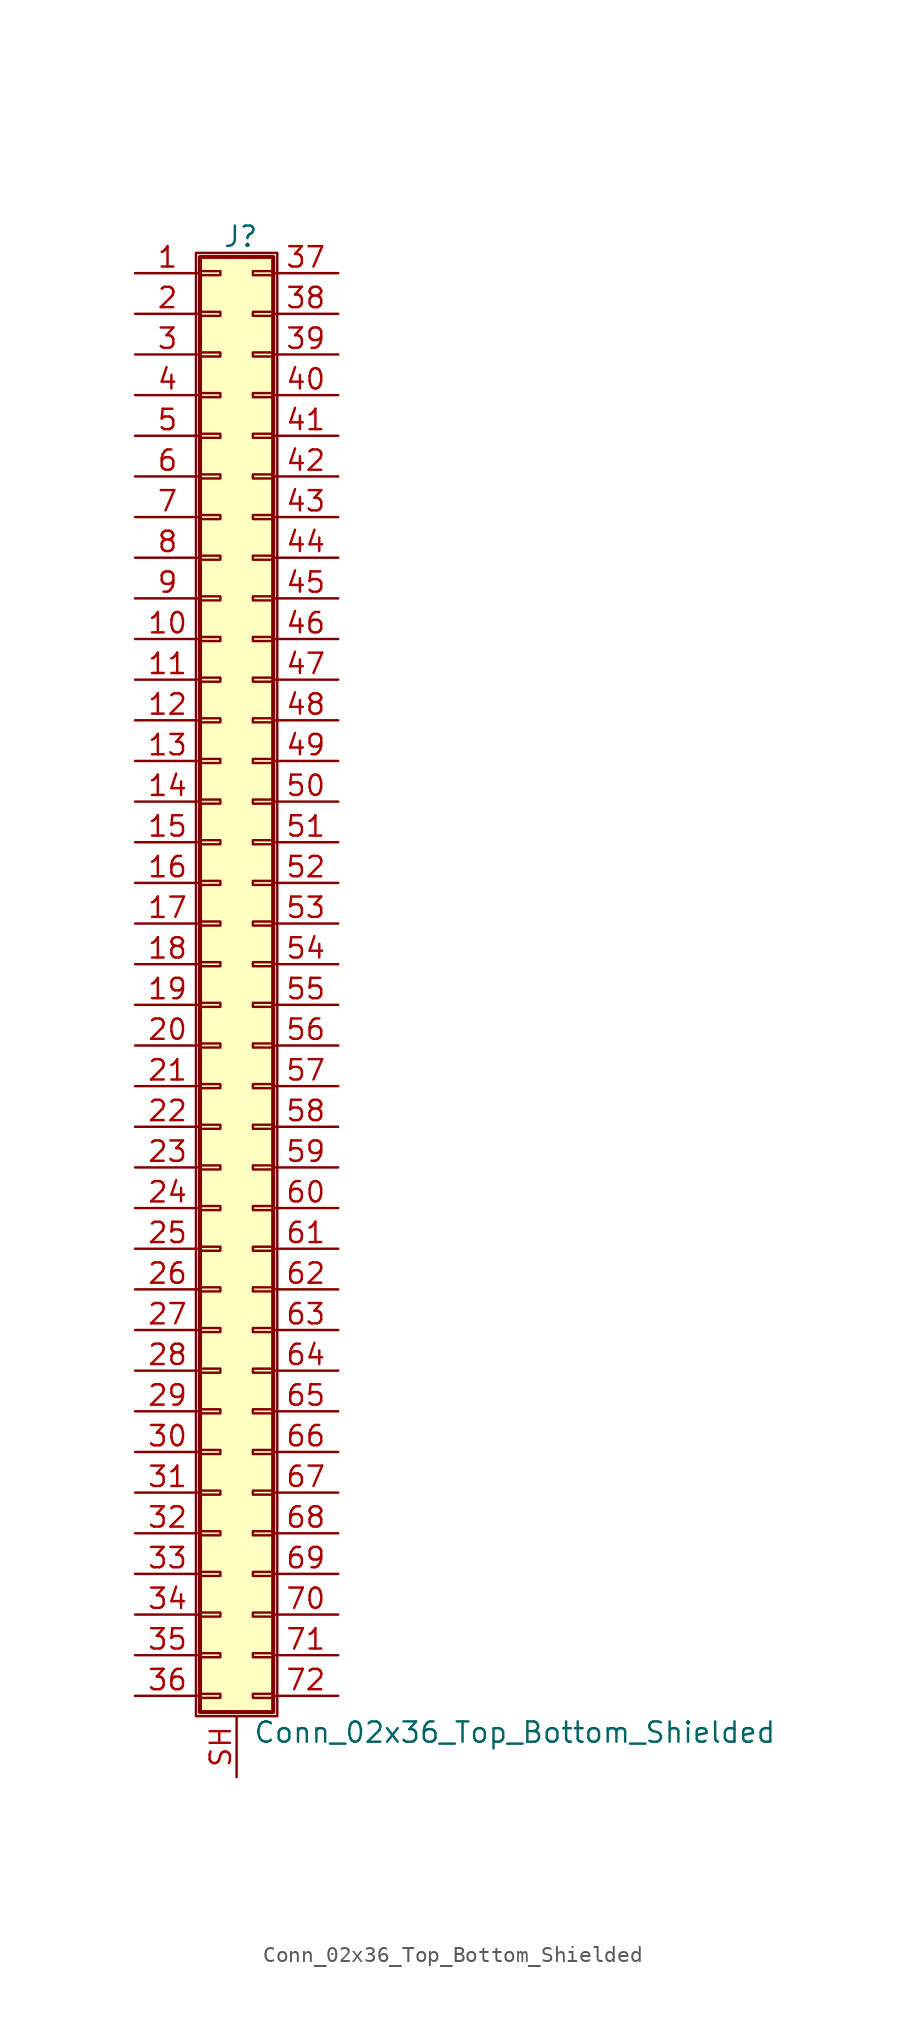
<source format=kicad_sym>
(kicad_symbol_lib
  (version 20220914)
  (generator kicad_symbol_editor)
  (symbol "Conn_02x36_Top_Bottom_Shielded"
    (pin_names
      (offset 1.016) hide)
    (property "Reference" "J"
      (at 1.524 45.466 0)
      (effects (font (size 1.27 1.27))))
    (property "Value" "Conn_02x36_Top_Bottom_Shielded"
      (at 2.286 -48.006 0)
      (effects (font (size 1.27 1.27)) (justify left)))
    (symbol "Conn_02x36_Top_Bottom_Shielded_1_1"
      (rectangle (start -1.27 44.45) (end 3.81 -46.99) (stroke (width 0.152) (type default)) (fill (type none)))
      (rectangle (start -1.016 -45.593) (end 0.254 -45.847) (stroke (width 0.152) (type default)) (fill (type none)))
      (rectangle (start -1.016 -43.053) (end 0.254 -43.307) (stroke (width 0.152) (type default)) (fill (type none)))
      (rectangle (start -1.016 -40.513) (end 0.254 -40.767) (stroke (width 0.152) (type default)) (fill (type none)))
      (rectangle (start -1.016 -37.973) (end 0.254 -38.227) (stroke (width 0.152) (type default)) (fill (type none)))
      (rectangle (start -1.016 -35.433) (end 0.254 -35.687) (stroke (width 0.152) (type default)) (fill (type none)))
      (rectangle (start -1.016 -32.893) (end 0.254 -33.147) (stroke (width 0.152) (type default)) (fill (type none)))
      (rectangle (start -1.016 -30.353) (end 0.254 -30.607) (stroke (width 0.152) (type default)) (fill (type none)))
      (rectangle (start -1.016 -27.813) (end 0.254 -28.067) (stroke (width 0.152) (type default)) (fill (type none)))
      (rectangle (start -1.016 -25.273) (end 0.254 -25.527) (stroke (width 0.152) (type default)) (fill (type none)))
      (rectangle (start -1.016 -22.733) (end 0.254 -22.987) (stroke (width 0.152) (type default)) (fill (type none)))
      (rectangle (start -1.016 -20.193) (end 0.254 -20.447) (stroke (width 0.152) (type default)) (fill (type none)))
      (rectangle (start -1.016 -17.653) (end 0.254 -17.907) (stroke (width 0.152) (type default)) (fill (type none)))
      (rectangle (start -1.016 -15.113) (end 0.254 -15.367) (stroke (width 0.152) (type default)) (fill (type none)))
      (rectangle (start -1.016 -12.573) (end 0.254 -12.827) (stroke (width 0.152) (type default)) (fill (type none)))
      (rectangle (start -1.016 -10.033) (end 0.254 -10.287) (stroke (width 0.152) (type default)) (fill (type none)))
      (rectangle (start -1.016 -7.493) (end 0.254 -7.747) (stroke (width 0.152) (type default)) (fill (type none)))
      (rectangle (start -1.016 -4.953) (end 0.254 -5.207) (stroke (width 0.152) (type default)) (fill (type none)))
      (rectangle (start -1.016 -2.413) (end 0.254 -2.667) (stroke (width 0.152) (type default)) (fill (type none)))
      (rectangle (start -1.016 0.127) (end 0.254 -0.127) (stroke (width 0.152) (type default)) (fill (type none)))
      (rectangle (start -1.016 2.667) (end 0.254 2.413) (stroke (width 0.152) (type default)) (fill (type none)))
      (rectangle (start -1.016 5.207) (end 0.254 4.953) (stroke (width 0.152) (type default)) (fill (type none)))
      (rectangle (start -1.016 7.747) (end 0.254 7.493) (stroke (width 0.152) (type default)) (fill (type none)))
      (rectangle (start -1.016 10.287) (end 0.254 10.033) (stroke (width 0.152) (type default)) (fill (type none)))
      (rectangle (start -1.016 12.827) (end 0.254 12.573) (stroke (width 0.152) (type default)) (fill (type none)))
      (rectangle (start -1.016 15.367) (end 0.254 15.113) (stroke (width 0.152) (type default)) (fill (type none)))
      (rectangle (start -1.016 17.907) (end 0.254 17.653) (stroke (width 0.152) (type default)) (fill (type none)))
      (rectangle (start -1.016 20.447) (end 0.254 20.193) (stroke (width 0.152) (type default)) (fill (type none)))
      (rectangle (start -1.016 22.987) (end 0.254 22.733) (stroke (width 0.152) (type default)) (fill (type none)))
      (rectangle (start -1.016 25.527) (end 0.254 25.273) (stroke (width 0.152) (type default)) (fill (type none)))
      (rectangle (start -1.016 28.067) (end 0.254 27.813) (stroke (width 0.152) (type default)) (fill (type none)))
      (rectangle (start -1.016 30.607) (end 0.254 30.353) (stroke (width 0.152) (type default)) (fill (type none)))
      (rectangle (start -1.016 33.147) (end 0.254 32.893) (stroke (width 0.152) (type default)) (fill (type none)))
      (rectangle (start -1.016 35.687) (end 0.254 35.433) (stroke (width 0.152) (type default)) (fill (type none)))
      (rectangle (start -1.016 38.227) (end 0.254 37.973) (stroke (width 0.152) (type default)) (fill (type none)))
      (rectangle (start -1.016 40.767) (end 0.254 40.513) (stroke (width 0.152) (type default)) (fill (type none)))
      (rectangle (start -1.016 43.307) (end 0.254 43.053) (stroke (width 0.152) (type default)) (fill (type none)))
      (rectangle (start -1.016 44.196) (end 3.556 -46.736) (stroke (width 0.254) (type default)) (fill (type background)))
      (rectangle (start 3.556 -45.593) (end 2.286 -45.847) (stroke (width 0.152) (type default)) (fill (type none)))
      (rectangle (start 3.556 -43.053) (end 2.286 -43.307) (stroke (width 0.152) (type default)) (fill (type none)))
      (rectangle (start 3.556 -40.513) (end 2.286 -40.767) (stroke (width 0.152) (type default)) (fill (type none)))
      (rectangle (start 3.556 -37.973) (end 2.286 -38.227) (stroke (width 0.152) (type default)) (fill (type none)))
      (rectangle (start 3.556 -35.433) (end 2.286 -35.687) (stroke (width 0.152) (type default)) (fill (type none)))
      (rectangle (start 3.556 -32.893) (end 2.286 -33.147) (stroke (width 0.152) (type default)) (fill (type none)))
      (rectangle (start 3.556 -30.353) (end 2.286 -30.607) (stroke (width 0.152) (type default)) (fill (type none)))
      (rectangle (start 3.556 -27.813) (end 2.286 -28.067) (stroke (width 0.152) (type default)) (fill (type none)))
      (rectangle (start 3.556 -25.273) (end 2.286 -25.527) (stroke (width 0.152) (type default)) (fill (type none)))
      (rectangle (start 3.556 -22.733) (end 2.286 -22.987) (stroke (width 0.152) (type default)) (fill (type none)))
      (rectangle (start 3.556 -20.193) (end 2.286 -20.447) (stroke (width 0.152) (type default)) (fill (type none)))
      (rectangle (start 3.556 -17.653) (end 2.286 -17.907) (stroke (width 0.152) (type default)) (fill (type none)))
      (rectangle (start 3.556 -15.113) (end 2.286 -15.367) (stroke (width 0.152) (type default)) (fill (type none)))
      (rectangle (start 3.556 -12.573) (end 2.286 -12.827) (stroke (width 0.152) (type default)) (fill (type none)))
      (rectangle (start 3.556 -10.033) (end 2.286 -10.287) (stroke (width 0.152) (type default)) (fill (type none)))
      (rectangle (start 3.556 -7.493) (end 2.286 -7.747) (stroke (width 0.152) (type default)) (fill (type none)))
      (rectangle (start 3.556 -4.953) (end 2.286 -5.207) (stroke (width 0.152) (type default)) (fill (type none)))
      (rectangle (start 3.556 -2.413) (end 2.286 -2.667) (stroke (width 0.152) (type default)) (fill (type none)))
      (rectangle (start 3.556 0.127) (end 2.286 -0.127) (stroke (width 0.152) (type default)) (fill (type none)))
      (rectangle (start 3.556 2.667) (end 2.286 2.413) (stroke (width 0.152) (type default)) (fill (type none)))
      (rectangle (start 3.556 5.207) (end 2.286 4.953) (stroke (width 0.152) (type default)) (fill (type none)))
      (rectangle (start 3.556 7.747) (end 2.286 7.493) (stroke (width 0.152) (type default)) (fill (type none)))
      (rectangle (start 3.556 10.287) (end 2.286 10.033) (stroke (width 0.152) (type default)) (fill (type none)))
      (rectangle (start 3.556 12.827) (end 2.286 12.573) (stroke (width 0.152) (type default)) (fill (type none)))
      (rectangle (start 3.556 15.367) (end 2.286 15.113) (stroke (width 0.152) (type default)) (fill (type none)))
      (rectangle (start 3.556 17.907) (end 2.286 17.653) (stroke (width 0.152) (type default)) (fill (type none)))
      (rectangle (start 3.556 20.447) (end 2.286 20.193) (stroke (width 0.152) (type default)) (fill (type none)))
      (rectangle (start 3.556 22.987) (end 2.286 22.733) (stroke (width 0.152) (type default)) (fill (type none)))
      (rectangle (start 3.556 25.527) (end 2.286 25.273) (stroke (width 0.152) (type default)) (fill (type none)))
      (rectangle (start 3.556 28.067) (end 2.286 27.813) (stroke (width 0.152) (type default)) (fill (type none)))
      (rectangle (start 3.556 30.607) (end 2.286 30.353) (stroke (width 0.152) (type default)) (fill (type none)))
      (rectangle (start 3.556 33.147) (end 2.286 32.893) (stroke (width 0.152) (type default)) (fill (type none)))
      (rectangle (start 3.556 35.687) (end 2.286 35.433) (stroke (width 0.152) (type default)) (fill (type none)))
      (rectangle (start 3.556 38.227) (end 2.286 37.973) (stroke (width 0.152) (type default)) (fill (type none)))
      (rectangle (start 3.556 40.767) (end 2.286 40.513) (stroke (width 0.152) (type default)) (fill (type none)))
      (rectangle (start 3.556 43.307) (end 2.286 43.053) (stroke (width 0.152) (type default)) (fill (type none)))
      (pin passive line (at -5.08 43.18 0) (length 4.064) (name "Pin_1" (effects (font (size 1.27 1.27)))) (number "1" (effects (font (size 1.27 1.27)))))
      (pin passive line (at -5.08 20.32 0) (length 4.064) (name "Pin_10" (effects (font (size 1.27 1.27)))) (number "10" (effects (font (size 1.27 1.27)))))
      (pin passive line (at -5.08 17.78 0) (length 4.064) (name "Pin_11" (effects (font (size 1.27 1.27)))) (number "11" (effects (font (size 1.27 1.27)))))
      (pin passive line (at -5.08 15.24 0) (length 4.064) (name "Pin_12" (effects (font (size 1.27 1.27)))) (number "12" (effects (font (size 1.27 1.27)))))
      (pin passive line (at -5.08 12.7 0) (length 4.064) (name "Pin_13" (effects (font (size 1.27 1.27)))) (number "13" (effects (font (size 1.27 1.27)))))
      (pin passive line (at -5.08 10.16 0) (length 4.064) (name "Pin_14" (effects (font (size 1.27 1.27)))) (number "14" (effects (font (size 1.27 1.27)))))
      (pin passive line (at -5.08 7.62 0) (length 4.064) (name "Pin_15" (effects (font (size 1.27 1.27)))) (number "15" (effects (font (size 1.27 1.27)))))
      (pin passive line (at -5.08 5.08 0) (length 4.064) (name "Pin_16" (effects (font (size 1.27 1.27)))) (number "16" (effects (font (size 1.27 1.27)))))
      (pin passive line (at -5.08 2.54 0) (length 4.064) (name "Pin_17" (effects (font (size 1.27 1.27)))) (number "17" (effects (font (size 1.27 1.27)))))
      (pin passive line (at -5.08 0 0) (length 4.064) (name "Pin_18" (effects (font (size 1.27 1.27)))) (number "18" (effects (font (size 1.27 1.27)))))
      (pin passive line (at -5.08 -2.54 0) (length 4.064) (name "Pin_19" (effects (font (size 1.27 1.27)))) (number "19" (effects (font (size 1.27 1.27)))))
      (pin passive line (at -5.08 40.64 0) (length 4.064) (name "Pin_2" (effects (font (size 1.27 1.27)))) (number "2" (effects (font (size 1.27 1.27)))))
      (pin passive line (at -5.08 -5.08 0) (length 4.064) (name "Pin_20" (effects (font (size 1.27 1.27)))) (number "20" (effects (font (size 1.27 1.27)))))
      (pin passive line (at -5.08 -7.62 0) (length 4.064) (name "Pin_21" (effects (font (size 1.27 1.27)))) (number "21" (effects (font (size 1.27 1.27)))))
      (pin passive line (at -5.08 -10.16 0) (length 4.064) (name "Pin_22" (effects (font (size 1.27 1.27)))) (number "22" (effects (font (size 1.27 1.27)))))
      (pin passive line (at -5.08 -12.7 0) (length 4.064) (name "Pin_23" (effects (font (size 1.27 1.27)))) (number "23" (effects (font (size 1.27 1.27)))))
      (pin passive line (at -5.08 -15.24 0) (length 4.064) (name "Pin_24" (effects (font (size 1.27 1.27)))) (number "24" (effects (font (size 1.27 1.27)))))
      (pin passive line (at -5.08 -17.78 0) (length 4.064) (name "Pin_25" (effects (font (size 1.27 1.27)))) (number "25" (effects (font (size 1.27 1.27)))))
      (pin passive line (at -5.08 -20.32 0) (length 4.064) (name "Pin_26" (effects (font (size 1.27 1.27)))) (number "26" (effects (font (size 1.27 1.27)))))
      (pin passive line (at -5.08 -22.86 0) (length 4.064) (name "Pin_27" (effects (font (size 1.27 1.27)))) (number "27" (effects (font (size 1.27 1.27)))))
      (pin passive line (at -5.08 -25.4 0) (length 4.064) (name "Pin_28" (effects (font (size 1.27 1.27)))) (number "28" (effects (font (size 1.27 1.27)))))
      (pin passive line (at -5.08 -27.94 0) (length 4.064) (name "Pin_29" (effects (font (size 1.27 1.27)))) (number "29" (effects (font (size 1.27 1.27)))))
      (pin passive line (at -5.08 38.1 0) (length 4.064) (name "Pin_3" (effects (font (size 1.27 1.27)))) (number "3" (effects (font (size 1.27 1.27)))))
      (pin passive line (at -5.08 -30.48 0) (length 4.064) (name "Pin_30" (effects (font (size 1.27 1.27)))) (number "30" (effects (font (size 1.27 1.27)))))
      (pin passive line (at -5.08 -33.02 0) (length 4.064) (name "Pin_31" (effects (font (size 1.27 1.27)))) (number "31" (effects (font (size 1.27 1.27)))))
      (pin passive line (at -5.08 -35.56 0) (length 4.064) (name "Pin_32" (effects (font (size 1.27 1.27)))) (number "32" (effects (font (size 1.27 1.27)))))
      (pin passive line (at -5.08 -38.1 0) (length 4.064) (name "Pin_33" (effects (font (size 1.27 1.27)))) (number "33" (effects (font (size 1.27 1.27)))))
      (pin passive line (at -5.08 -40.64 0) (length 4.064) (name "Pin_34" (effects (font (size 1.27 1.27)))) (number "34" (effects (font (size 1.27 1.27)))))
      (pin passive line (at -5.08 -43.18 0) (length 4.064) (name "Pin_35" (effects (font (size 1.27 1.27)))) (number "35" (effects (font (size 1.27 1.27)))))
      (pin passive line (at -5.08 -45.72 0) (length 4.064) (name "Pin_36" (effects (font (size 1.27 1.27)))) (number "36" (effects (font (size 1.27 1.27)))))
      (pin passive line (at 7.62 43.18 180) (length 4.064) (name "Pin_37" (effects (font (size 1.27 1.27)))) (number "37" (effects (font (size 1.27 1.27)))))
      (pin passive line (at 7.62 40.64 180) (length 4.064) (name "Pin_38" (effects (font (size 1.27 1.27)))) (number "38" (effects (font (size 1.27 1.27)))))
      (pin passive line (at 7.62 38.1 180) (length 4.064) (name "Pin_39" (effects (font (size 1.27 1.27)))) (number "39" (effects (font (size 1.27 1.27)))))
      (pin passive line (at -5.08 35.56 0) (length 4.064) (name "Pin_4" (effects (font (size 1.27 1.27)))) (number "4" (effects (font (size 1.27 1.27)))))
      (pin passive line (at 7.62 35.56 180) (length 4.064) (name "Pin_40" (effects (font (size 1.27 1.27)))) (number "40" (effects (font (size 1.27 1.27)))))
      (pin passive line (at 7.62 33.02 180) (length 4.064) (name "Pin_41" (effects (font (size 1.27 1.27)))) (number "41" (effects (font (size 1.27 1.27)))))
      (pin passive line (at 7.62 30.48 180) (length 4.064) (name "Pin_42" (effects (font (size 1.27 1.27)))) (number "42" (effects (font (size 1.27 1.27)))))
      (pin passive line (at 7.62 27.94 180) (length 4.064) (name "Pin_43" (effects (font (size 1.27 1.27)))) (number "43" (effects (font (size 1.27 1.27)))))
      (pin passive line (at 7.62 25.4 180) (length 4.064) (name "Pin_44" (effects (font (size 1.27 1.27)))) (number "44" (effects (font (size 1.27 1.27)))))
      (pin passive line (at 7.62 22.86 180) (length 4.064) (name "Pin_45" (effects (font (size 1.27 1.27)))) (number "45" (effects (font (size 1.27 1.27)))))
      (pin passive line (at 7.62 20.32 180) (length 4.064) (name "Pin_46" (effects (font (size 1.27 1.27)))) (number "46" (effects (font (size 1.27 1.27)))))
      (pin passive line (at 7.62 17.78 180) (length 4.064) (name "Pin_47" (effects (font (size 1.27 1.27)))) (number "47" (effects (font (size 1.27 1.27)))))
      (pin passive line (at 7.62 15.24 180) (length 4.064) (name "Pin_48" (effects (font (size 1.27 1.27)))) (number "48" (effects (font (size 1.27 1.27)))))
      (pin passive line (at 7.62 12.7 180) (length 4.064) (name "Pin_49" (effects (font (size 1.27 1.27)))) (number "49" (effects (font (size 1.27 1.27)))))
      (pin passive line (at -5.08 33.02 0) (length 4.064) (name "Pin_5" (effects (font (size 1.27 1.27)))) (number "5" (effects (font (size 1.27 1.27)))))
      (pin passive line (at 7.62 10.16 180) (length 4.064) (name "Pin_50" (effects (font (size 1.27 1.27)))) (number "50" (effects (font (size 1.27 1.27)))))
      (pin passive line (at 7.62 7.62 180) (length 4.064) (name "Pin_51" (effects (font (size 1.27 1.27)))) (number "51" (effects (font (size 1.27 1.27)))))
      (pin passive line (at 7.62 5.08 180) (length 4.064) (name "Pin_52" (effects (font (size 1.27 1.27)))) (number "52" (effects (font (size 1.27 1.27)))))
      (pin passive line (at 7.62 2.54 180) (length 4.064) (name "Pin_53" (effects (font (size 1.27 1.27)))) (number "53" (effects (font (size 1.27 1.27)))))
      (pin passive line (at 7.62 0 180) (length 4.064) (name "Pin_54" (effects (font (size 1.27 1.27)))) (number "54" (effects (font (size 1.27 1.27)))))
      (pin passive line (at 7.62 -2.54 180) (length 4.064) (name "Pin_55" (effects (font (size 1.27 1.27)))) (number "55" (effects (font (size 1.27 1.27)))))
      (pin passive line (at 7.62 -5.08 180) (length 4.064) (name "Pin_56" (effects (font (size 1.27 1.27)))) (number "56" (effects (font (size 1.27 1.27)))))
      (pin passive line (at 7.62 -7.62 180) (length 4.064) (name "Pin_57" (effects (font (size 1.27 1.27)))) (number "57" (effects (font (size 1.27 1.27)))))
      (pin passive line (at 7.62 -10.16 180) (length 4.064) (name "Pin_58" (effects (font (size 1.27 1.27)))) (number "58" (effects (font (size 1.27 1.27)))))
      (pin passive line (at 7.62 -12.7 180) (length 4.064) (name "Pin_59" (effects (font (size 1.27 1.27)))) (number "59" (effects (font (size 1.27 1.27)))))
      (pin passive line (at -5.08 30.48 0) (length 4.064) (name "Pin_6" (effects (font (size 1.27 1.27)))) (number "6" (effects (font (size 1.27 1.27)))))
      (pin passive line (at 7.62 -15.24 180) (length 4.064) (name "Pin_60" (effects (font (size 1.27 1.27)))) (number "60" (effects (font (size 1.27 1.27)))))
      (pin passive line (at 7.62 -17.78 180) (length 4.064) (name "Pin_61" (effects (font (size 1.27 1.27)))) (number "61" (effects (font (size 1.27 1.27)))))
      (pin passive line (at 7.62 -20.32 180) (length 4.064) (name "Pin_62" (effects (font (size 1.27 1.27)))) (number "62" (effects (font (size 1.27 1.27)))))
      (pin passive line (at 7.62 -22.86 180) (length 4.064) (name "Pin_63" (effects (font (size 1.27 1.27)))) (number "63" (effects (font (size 1.27 1.27)))))
      (pin passive line (at 7.62 -25.4 180) (length 4.064) (name "Pin_64" (effects (font (size 1.27 1.27)))) (number "64" (effects (font (size 1.27 1.27)))))
      (pin passive line (at 7.62 -27.94 180) (length 4.064) (name "Pin_65" (effects (font (size 1.27 1.27)))) (number "65" (effects (font (size 1.27 1.27)))))
      (pin passive line (at 7.62 -30.48 180) (length 4.064) (name "Pin_66" (effects (font (size 1.27 1.27)))) (number "66" (effects (font (size 1.27 1.27)))))
      (pin passive line (at 7.62 -33.02 180) (length 4.064) (name "Pin_67" (effects (font (size 1.27 1.27)))) (number "67" (effects (font (size 1.27 1.27)))))
      (pin passive line (at 7.62 -35.56 180) (length 4.064) (name "Pin_68" (effects (font (size 1.27 1.27)))) (number "68" (effects (font (size 1.27 1.27)))))
      (pin passive line (at 7.62 -38.1 180) (length 4.064) (name "Pin_69" (effects (font (size 1.27 1.27)))) (number "69" (effects (font (size 1.27 1.27)))))
      (pin passive line (at -5.08 27.94 0) (length 4.064) (name "Pin_7" (effects (font (size 1.27 1.27)))) (number "7" (effects (font (size 1.27 1.27)))))
      (pin passive line (at 7.62 -40.64 180) (length 4.064) (name "Pin_70" (effects (font (size 1.27 1.27)))) (number "70" (effects (font (size 1.27 1.27)))))
      (pin passive line (at 7.62 -43.18 180) (length 4.064) (name "Pin_71" (effects (font (size 1.27 1.27)))) (number "71" (effects (font (size 1.27 1.27)))))
      (pin passive line (at 7.62 -45.72 180) (length 4.064) (name "Pin_72" (effects (font (size 1.27 1.27)))) (number "72" (effects (font (size 1.27 1.27)))))
      (pin passive line (at -5.08 25.4 0) (length 4.064) (name "Pin_8" (effects (font (size 1.27 1.27)))) (number "8" (effects (font (size 1.27 1.27)))))
      (pin passive line (at -5.08 22.86 0) (length 4.064) (name "Pin_9" (effects (font (size 1.27 1.27)))) (number "9" (effects (font (size 1.27 1.27)))))
      (pin passive line (at 1.27 -50.8 90) (length 3.81) (name "Shield" (effects (font (size 1.27 1.27)))) (number "SH" (effects (font (size 1.27 1.27))))))))
</source>
